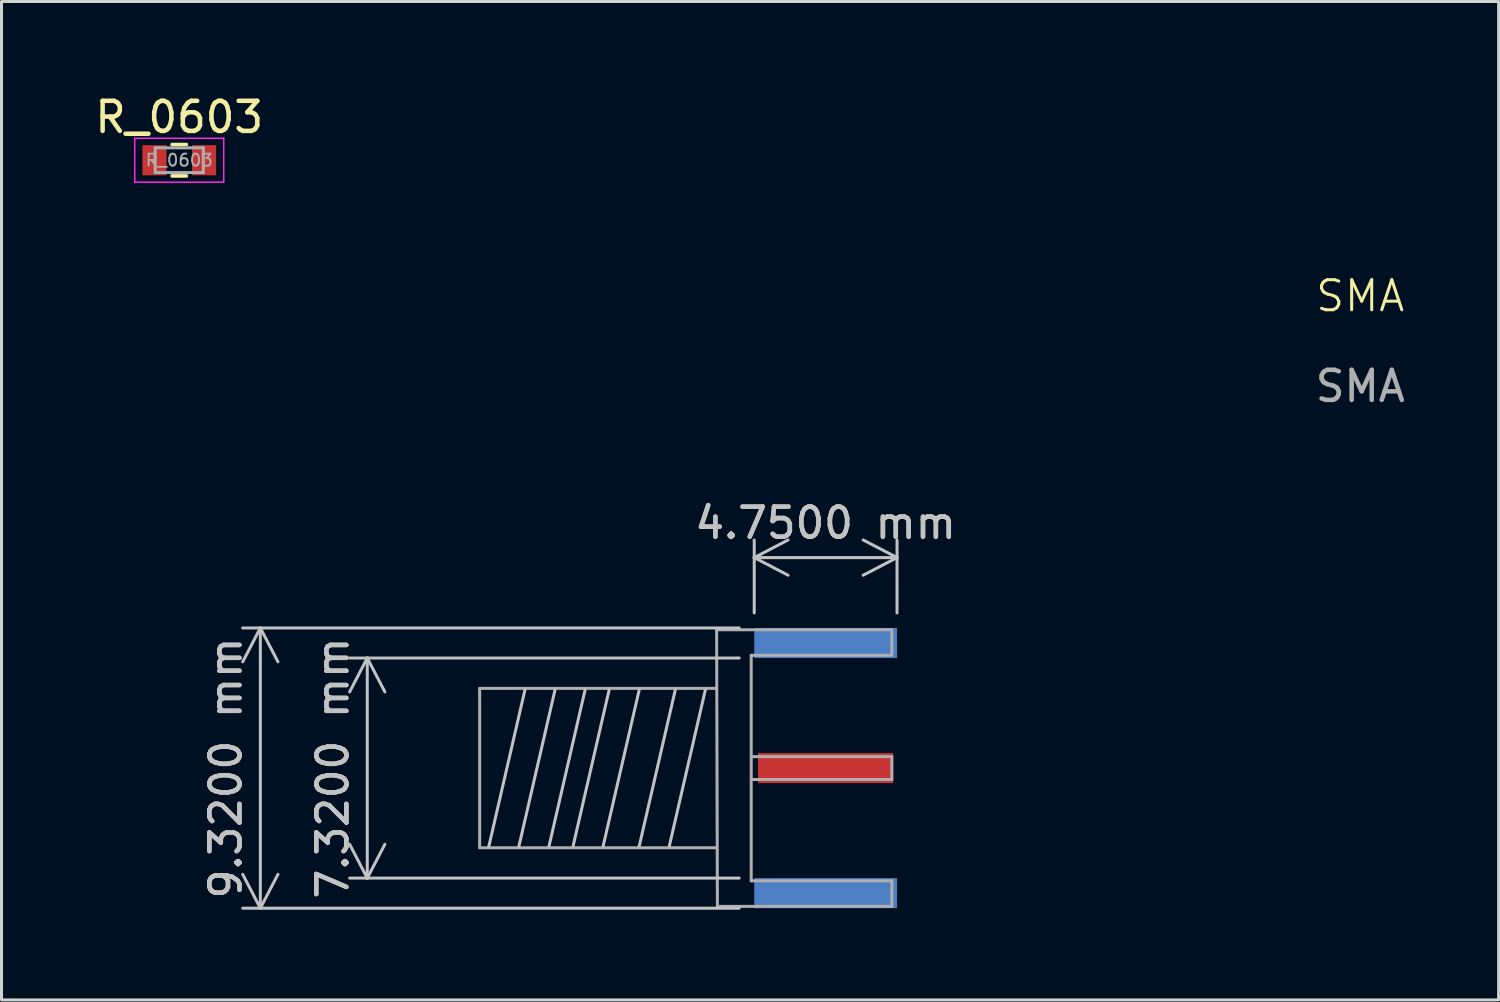
<source format=kicad_pcb>
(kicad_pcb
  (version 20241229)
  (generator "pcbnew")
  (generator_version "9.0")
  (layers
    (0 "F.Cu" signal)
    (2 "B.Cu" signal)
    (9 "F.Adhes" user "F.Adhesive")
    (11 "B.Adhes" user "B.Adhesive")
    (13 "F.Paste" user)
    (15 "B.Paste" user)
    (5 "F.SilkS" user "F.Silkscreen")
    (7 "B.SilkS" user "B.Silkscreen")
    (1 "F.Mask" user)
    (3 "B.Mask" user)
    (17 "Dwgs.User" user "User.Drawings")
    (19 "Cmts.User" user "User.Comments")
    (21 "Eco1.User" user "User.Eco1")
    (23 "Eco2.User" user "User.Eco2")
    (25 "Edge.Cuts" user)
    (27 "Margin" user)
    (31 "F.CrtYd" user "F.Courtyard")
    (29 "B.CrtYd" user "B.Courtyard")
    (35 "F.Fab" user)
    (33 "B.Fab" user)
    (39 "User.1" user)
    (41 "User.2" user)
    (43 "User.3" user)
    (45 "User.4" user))
  (footprint "SMA"
    (layer "F.Cu")
    (at 24.408 22.494)
    (property "Reference" "SMA" (at 17.78 -15.7 0) (unlocked yes) (layer "F.SilkS") (effects (font (size 1 1) (thickness 0.1))))
    (attr smd)
    (fp_line (start -10 -2.6) (end -11.2 2.6) (stroke (width 0.1) (type default)) (layer "Dwgs.User"))
    (fp_line (start -9 -2.6) (end -10.2 2.6) (stroke (width 0.1) (type default)) (layer "Dwgs.User"))
    (fp_line (start -8 -2.6) (end -9.2 2.6) (stroke (width 0.1) (type default)) (layer "Dwgs.User"))
    (fp_line (start -7.2 -2.6) (end -8.4 2.6) (stroke (width 0.1) (type default)) (layer "Dwgs.User"))
    (fp_line (start -6.2 -2.6) (end -7.4 2.6) (stroke (width 0.1) (type default)) (layer "Dwgs.User"))
    (fp_line (start -5 -2.6) (end -6.2 2.6) (stroke (width 0.1) (type default)) (layer "Dwgs.User"))
    (fp_line (start -4 -2.6) (end -5.2 2.6) (stroke (width 0.1) (type default)) (layer "Dwgs.User"))
    (fp_line (start -11.505 -2.65) (end -11.505 2.65) (stroke (width 0.1) (type solid)) (layer "F.Fab"))
    (fp_line (start -11.505 -2.65) (end -3.625 -2.65) (stroke (width 0.1) (type solid)) (layer "F.Fab"))
    (fp_line (start -11.505 2.65) (end -3.625 2.65) (stroke (width 0.1) (type solid)) (layer "F.Fab"))
    (fp_line (start -3.625 -4.6) (end -3.6 4.6) (stroke (width 0.1) (type solid)) (layer "F.Fab"))
    (fp_line (start -3.6 4.6) (end 2.2 4.6) (stroke (width 0.1) (type solid)) (layer "F.Fab"))
    (fp_line (start -2.475 -3.75) (end -2.475 3.75) (stroke (width 0.1) (type solid)) (layer "F.Fab"))
    (fp_line (start -2.475 -3.75) (end 2.2 -3.75) (stroke (width 0.1) (type solid)) (layer "F.Fab"))
    (fp_line (start -2.475 -0.38) (end 2.2 -0.38) (stroke (width 0.1) (type solid)) (layer "F.Fab"))
    (fp_line (start -2.475 0.38) (end 2.2 0.38) (stroke (width 0.1) (type solid)) (layer "F.Fab"))
    (fp_line (start -2.475 3.75) (end 2.2 3.75) (stroke (width 0.1) (type solid)) (layer "F.Fab"))
    (fp_line (start 2.2 -4.6) (end -3.625 -4.6) (stroke (width 0.1) (type solid)) (layer "F.Fab"))
    (fp_line (start 2.2 -4.6) (end 2.2 -3.8) (stroke (width 0.1) (type solid)) (layer "F.Fab"))
    (fp_line (start 2.2 -0.38) (end 2.2 0.38) (stroke (width 0.1) (type solid)) (layer "F.Fab"))
    (fp_line (start 2.2 3.75) (end 2.2 4.6) (stroke (width 0.1) (type solid)) (layer "F.Fab"))
    (fp_text user "${REFERENCE}" (at 17.78 -12.7 0) (unlocked yes) (layer "F.Fab") (effects (font (size 1 1) (thickness 0.15))))
    (dimension (type aligned) (layer "Dwgs.User") (pts (xy 22.033 17.834) (xy 26.783 17.834)) (height -2.34) (format (prefix "") (suffix "") (units 3) (units_format 1) (precision 4)) (style (thickness 0.1) (arrow_length 1.27) (text_position_mode 0) (arrow_direction outward) (extension_height 0.586) (extension_offset 0.5) (keep_text_aligned yes)) (gr_text "4.7500 mm" (at 24.408 14.344 0) (layer "Dwgs.User") (effects (font (size 1 1) (thickness 0.15)))))
    (dimension (type aligned) (layer "Dwgs.User") (pts (xy 22.033 18.834) (xy 22.033 26.154)) (height 12.869) (format (prefix "") (suffix "") (units 3) (units_format 1) (precision 4)) (style (thickness 0.1) (arrow_length 1.27) (text_position_mode 0) (arrow_direction outward) (extension_height 0.586) (extension_offset 0.5) (keep_text_aligned yes)) (gr_text "7.3200 mm" (at 8.015 22.494 90) (layer "Dwgs.User") (effects (font (size 1 1) (thickness 0.15)))))
    (dimension (type aligned) (layer "Dwgs.User") (pts (xy 22.033 17.834) (xy 22.033 27.154)) (height 16.425) (format (prefix "") (suffix "") (units 3) (units_format 1) (precision 4)) (style (thickness 0.1) (arrow_length 1.27) (text_position_mode 0) (arrow_direction outward) (extension_height 0.586) (extension_offset 0.5) (keep_text_aligned yes)) (gr_text "9.3200 mm" (at 4.458 22.494 90) (layer "Dwgs.User") (effects (font (size 1 1) (thickness 0.15)))))
    (pad "1" smd rect (at 0 0) (size 4.5 1) (layers "F.Cu"))
    (pad "2" smd rect (at 0 -4.16) (size 4.75 1) (layers "B.Cu"))
    (pad "2" smd rect (at 0 4.16) (size 4.75 1) (layers "B.Cu")))
  (footprint "R_0603"
    (layer "F.Cu")
    (at 2.911 2.278)
    (property "Reference" "R_0603" (at 0 -1.43 180) (layer "F.SilkS") (effects (font (size 1 1) (thickness 0.15))))
    (attr smd)
    (fp_line (start -0.237 -0.522) (end 0.237 -0.522) (stroke (width 0.12) (type solid)) (layer "F.SilkS"))
    (fp_line (start -0.237 0.522) (end 0.237 0.522) (stroke (width 0.12) (type solid)) (layer "F.SilkS"))
    (fp_line (start -1.48 -0.73) (end 1.48 -0.73) (stroke (width 0.05) (type solid)) (layer "F.CrtYd"))
    (fp_line (start -1.48 0.73) (end -1.48 -0.73) (stroke (width 0.05) (type solid)) (layer "F.CrtYd"))
    (fp_line (start 1.48 -0.73) (end 1.48 0.73) (stroke (width 0.05) (type solid)) (layer "F.CrtYd"))
    (fp_line (start 1.48 0.73) (end -1.48 0.73) (stroke (width 0.05) (type solid)) (layer "F.CrtYd"))
    (fp_line (start -0.8 -0.412) (end 0.8 -0.412) (stroke (width 0.1) (type solid)) (layer "F.Fab"))
    (fp_line (start -0.8 0.412) (end -0.8 -0.412) (stroke (width 0.1) (type solid)) (layer "F.Fab"))
    (fp_line (start 0.8 -0.412) (end 0.8 0.412) (stroke (width 0.1) (type solid)) (layer "F.Fab"))
    (fp_line (start 0.8 0.412) (end -0.8 0.412) (stroke (width 0.1) (type solid)) (layer "F.Fab"))
    (fp_text user "${REFERENCE}" (at 0 0 180) (layer "F.Fab") (effects (font (size 0.4 0.4) (thickness 0.06))))
    (pad "1" smd rect (at -0.825 0) (size 0.8 1) (layers "F.Cu" "F.Mask" "F.Paste"))
    (pad "2" smd rect (at 0.825 0) (size 0.8 1) (layers "F.Cu" "F.Mask" "F.Paste")))
  (gr_rect
    (start -3 -3)
    (end 46.79 30.204)
    (stroke (width 0.1) (type default))
    (fill no)
    (layer "Edge.Cuts")))
</source>
